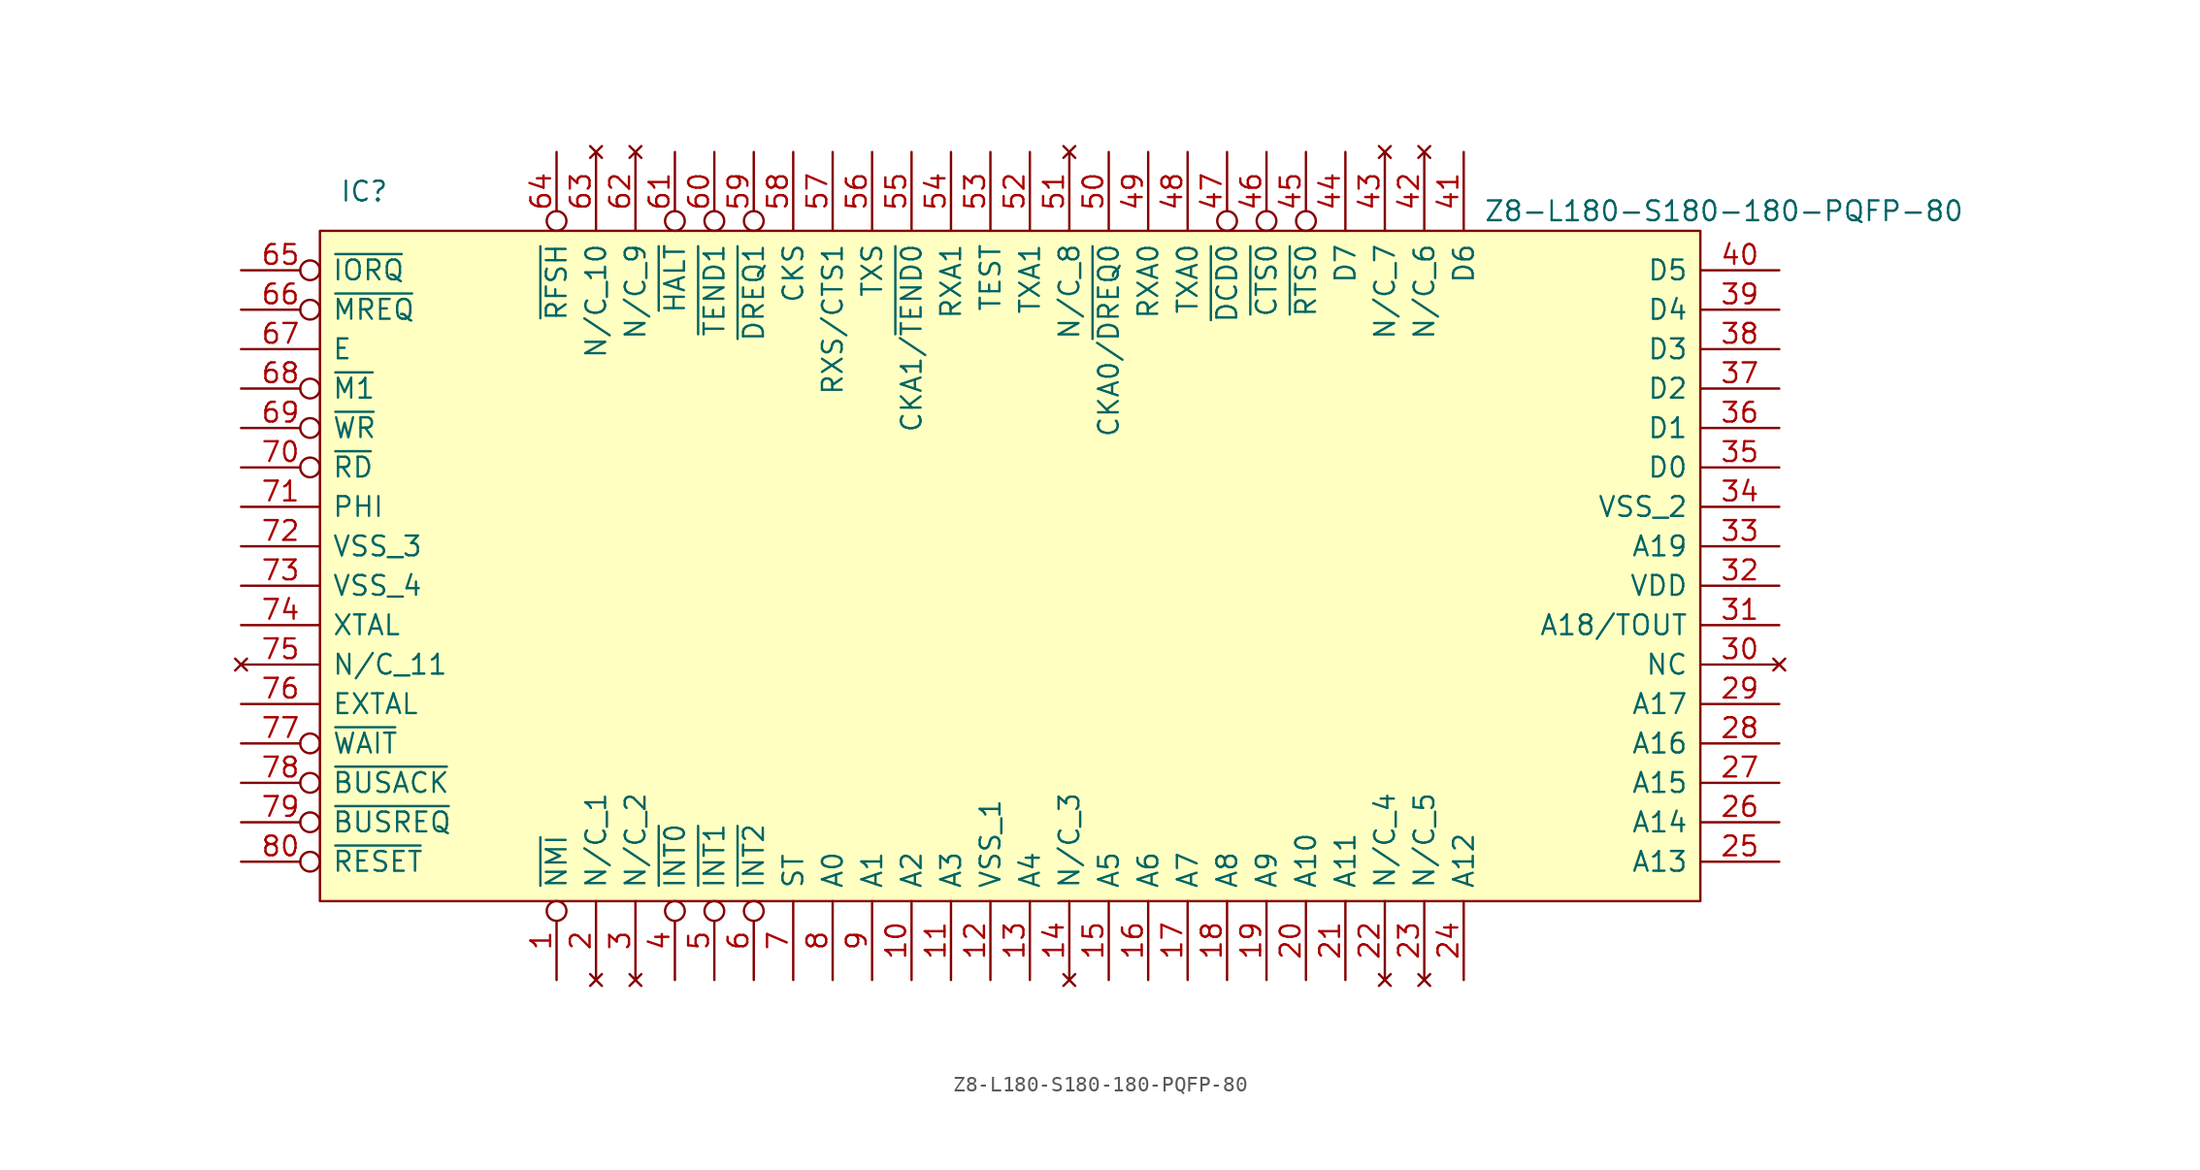
<source format=kicad_sym>
(kicad_symbol_lib
  (version 20211014)
  (generator kicad_symbol_editor)
  (symbol "Z8-L180-S180-180-PQFP-80"
    (pin_names
      (offset 0.762))
    (property "Reference" "IC"
      (at 1.27 2.54 0)
      (effects (font (size 1.27 1.27)) (justify left)))
    (property "Value" "Z8-L180-S180-180-PQFP-80"
      (at 74.93 1.27 0)
      (effects (font (size 1.27 1.27)) (justify left)))
    (symbol "Z8-L180-S180-180-PQFP-80_0_0"
      (pin input inverted (at 15.24 -48.26 90) (length 5.08) (name "~{NMI}" (effects (font (size 1.27 1.27)))) (number "1" (effects (font (size 1.27 1.27)))))
      (pin output line (at 38.1 -48.26 90) (length 5.08) (name "A2" (effects (font (size 1.27 1.27)))) (number "10" (effects (font (size 1.27 1.27)))))
      (pin output line (at 40.64 -48.26 90) (length 5.08) (name "A3" (effects (font (size 1.27 1.27)))) (number "11" (effects (font (size 1.27 1.27)))))
      (pin power_in line (at 43.18 -48.26 90) (length 5.08) (name "VSS_1" (effects (font (size 1.27 1.27)))) (number "12" (effects (font (size 1.27 1.27)))))
      (pin output line (at 45.72 -48.26 90) (length 5.08) (name "A4" (effects (font (size 1.27 1.27)))) (number "13" (effects (font (size 1.27 1.27)))))
      (pin no_connect line (at 48.26 -48.26 90) (length 5.08) (name "N/C_3" (effects (font (size 1.27 1.27)))) (number "14" (effects (font (size 1.27 1.27)))))
      (pin output line (at 50.8 -48.26 90) (length 5.08) (name "A5" (effects (font (size 1.27 1.27)))) (number "15" (effects (font (size 1.27 1.27)))))
      (pin output line (at 53.34 -48.26 90) (length 5.08) (name "A6" (effects (font (size 1.27 1.27)))) (number "16" (effects (font (size 1.27 1.27)))))
      (pin output line (at 55.88 -48.26 90) (length 5.08) (name "A7" (effects (font (size 1.27 1.27)))) (number "17" (effects (font (size 1.27 1.27)))))
      (pin output line (at 58.42 -48.26 90) (length 5.08) (name "A8" (effects (font (size 1.27 1.27)))) (number "18" (effects (font (size 1.27 1.27)))))
      (pin output line (at 60.96 -48.26 90) (length 5.08) (name "A9" (effects (font (size 1.27 1.27)))) (number "19" (effects (font (size 1.27 1.27)))))
      (pin no_connect line (at 17.78 -48.26 90) (length 5.08) (name "N/C_1" (effects (font (size 1.27 1.27)))) (number "2" (effects (font (size 1.27 1.27)))))
      (pin output line (at 63.5 -48.26 90) (length 5.08) (name "A10" (effects (font (size 1.27 1.27)))) (number "20" (effects (font (size 1.27 1.27)))))
      (pin output line (at 66.04 -48.26 90) (length 5.08) (name "A11" (effects (font (size 1.27 1.27)))) (number "21" (effects (font (size 1.27 1.27)))))
      (pin no_connect line (at 68.58 -48.26 90) (length 5.08) (name "N/C_4" (effects (font (size 1.27 1.27)))) (number "22" (effects (font (size 1.27 1.27)))))
      (pin no_connect line (at 71.12 -48.26 90) (length 5.08) (name "N/C_5" (effects (font (size 1.27 1.27)))) (number "23" (effects (font (size 1.27 1.27)))))
      (pin output line (at 73.66 -48.26 90) (length 5.08) (name "A12" (effects (font (size 1.27 1.27)))) (number "24" (effects (font (size 1.27 1.27)))))
      (pin output line (at 93.98 -40.64 180) (length 5.08) (name "A13" (effects (font (size 1.27 1.27)))) (number "25" (effects (font (size 1.27 1.27)))))
      (pin output line (at 93.98 -38.1 180) (length 5.08) (name "A14" (effects (font (size 1.27 1.27)))) (number "26" (effects (font (size 1.27 1.27)))))
      (pin output line (at 93.98 -35.56 180) (length 5.08) (name "A15" (effects (font (size 1.27 1.27)))) (number "27" (effects (font (size 1.27 1.27)))))
      (pin output line (at 93.98 -33.02 180) (length 5.08) (name "A16" (effects (font (size 1.27 1.27)))) (number "28" (effects (font (size 1.27 1.27)))))
      (pin output line (at 93.98 -30.48 180) (length 5.08) (name "A17" (effects (font (size 1.27 1.27)))) (number "29" (effects (font (size 1.27 1.27)))))
      (pin no_connect line (at 20.32 -48.26 90) (length 5.08) (name "N/C_2" (effects (font (size 1.27 1.27)))) (number "3" (effects (font (size 1.27 1.27)))))
      (pin no_connect line (at 93.98 -27.94 180) (length 5.08) (name "NC" (effects (font (size 1.27 1.27)))) (number "30" (effects (font (size 1.27 1.27)))))
      (pin output line (at 93.98 -25.4 180) (length 5.08) (name "A18/TOUT" (effects (font (size 1.27 1.27)))) (number "31" (effects (font (size 1.27 1.27)))))
      (pin power_in line (at 93.98 -22.86 180) (length 5.08) (name "VDD" (effects (font (size 1.27 1.27)))) (number "32" (effects (font (size 1.27 1.27)))))
      (pin output line (at 93.98 -20.32 180) (length 5.08) (name "A19" (effects (font (size 1.27 1.27)))) (number "33" (effects (font (size 1.27 1.27)))))
      (pin power_in line (at 93.98 -17.78 180) (length 5.08) (name "VSS_2" (effects (font (size 1.27 1.27)))) (number "34" (effects (font (size 1.27 1.27)))))
      (pin tri_state line (at 93.98 -15.24 180) (length 5.08) (name "D0" (effects (font (size 1.27 1.27)))) (number "35" (effects (font (size 1.27 1.27)))))
      (pin tri_state line (at 93.98 -12.7 180) (length 5.08) (name "D1" (effects (font (size 1.27 1.27)))) (number "36" (effects (font (size 1.27 1.27)))))
      (pin tri_state line (at 93.98 -10.16 180) (length 5.08) (name "D2" (effects (font (size 1.27 1.27)))) (number "37" (effects (font (size 1.27 1.27)))))
      (pin tri_state line (at 93.98 -7.62 180) (length 5.08) (name "D3" (effects (font (size 1.27 1.27)))) (number "38" (effects (font (size 1.27 1.27)))))
      (pin tri_state line (at 93.98 -5.08 180) (length 5.08) (name "D4" (effects (font (size 1.27 1.27)))) (number "39" (effects (font (size 1.27 1.27)))))
      (pin input inverted (at 22.86 -48.26 90) (length 5.08) (name "~{INT0}" (effects (font (size 1.27 1.27)))) (number "4" (effects (font (size 1.27 1.27)))))
      (pin tri_state line (at 93.98 -2.54 180) (length 5.08) (name "D5" (effects (font (size 1.27 1.27)))) (number "40" (effects (font (size 1.27 1.27)))))
      (pin tri_state line (at 73.66 5.08 270) (length 5.08) (name "D6" (effects (font (size 1.27 1.27)))) (number "41" (effects (font (size 1.27 1.27)))))
      (pin no_connect line (at 71.12 5.08 270) (length 5.08) (name "N/C_6" (effects (font (size 1.27 1.27)))) (number "42" (effects (font (size 1.27 1.27)))))
      (pin no_connect line (at 68.58 5.08 270) (length 5.08) (name "N/C_7" (effects (font (size 1.27 1.27)))) (number "43" (effects (font (size 1.27 1.27)))))
      (pin tri_state line (at 66.04 5.08 270) (length 5.08) (name "D7" (effects (font (size 1.27 1.27)))) (number "44" (effects (font (size 1.27 1.27)))))
      (pin output inverted (at 63.5 5.08 270) (length 5.08) (name "~{RTS0}" (effects (font (size 1.27 1.27)))) (number "45" (effects (font (size 1.27 1.27)))))
      (pin input inverted (at 60.96 5.08 270) (length 5.08) (name "~{CTS0}" (effects (font (size 1.27 1.27)))) (number "46" (effects (font (size 1.27 1.27)))))
      (pin bidirectional inverted (at 58.42 5.08 270) (length 5.08) (name "~{DCD0}" (effects (font (size 1.27 1.27)))) (number "47" (effects (font (size 1.27 1.27)))))
      (pin output line (at 55.88 5.08 270) (length 5.08) (name "TXA0" (effects (font (size 1.27 1.27)))) (number "48" (effects (font (size 1.27 1.27)))))
      (pin input line (at 53.34 5.08 270) (length 5.08) (name "RXA0" (effects (font (size 1.27 1.27)))) (number "49" (effects (font (size 1.27 1.27)))))
      (pin input inverted (at 25.4 -48.26 90) (length 5.08) (name "~{INT1}" (effects (font (size 1.27 1.27)))) (number "5" (effects (font (size 1.27 1.27)))))
      (pin bidirectional line (at 50.8 5.08 270) (length 5.08) (name "CKA0/~{DREQ0}" (effects (font (size 1.27 1.27)))) (number "50" (effects (font (size 1.27 1.27)))))
      (pin no_connect line (at 48.26 5.08 270) (length 5.08) (name "N/C_8" (effects (font (size 1.27 1.27)))) (number "51" (effects (font (size 1.27 1.27)))))
      (pin output line (at 45.72 5.08 270) (length 5.08) (name "TXA1" (effects (font (size 1.27 1.27)))) (number "52" (effects (font (size 1.27 1.27)))))
      (pin output line (at 43.18 5.08 270) (length 5.08) (name "TEST" (effects (font (size 1.27 1.27)))) (number "53" (effects (font (size 1.27 1.27)))))
      (pin input line (at 40.64 5.08 270) (length 5.08) (name "RXA1" (effects (font (size 1.27 1.27)))) (number "54" (effects (font (size 1.27 1.27)))))
      (pin bidirectional line (at 38.1 5.08 270) (length 5.08) (name "CKA1/~{TEND0}" (effects (font (size 1.27 1.27)))) (number "55" (effects (font (size 1.27 1.27)))))
      (pin output line (at 35.56 5.08 270) (length 5.08) (name "TXS" (effects (font (size 1.27 1.27)))) (number "56" (effects (font (size 1.27 1.27)))))
      (pin input line (at 33.02 5.08 270) (length 5.08) (name "RXS/CTS1" (effects (font (size 1.27 1.27)))) (number "57" (effects (font (size 1.27 1.27)))))
      (pin bidirectional line (at 30.48 5.08 270) (length 5.08) (name "CKS" (effects (font (size 1.27 1.27)))) (number "58" (effects (font (size 1.27 1.27)))))
      (pin input inverted (at 27.94 5.08 270) (length 5.08) (name "~{DREQ1}" (effects (font (size 1.27 1.27)))) (number "59" (effects (font (size 1.27 1.27)))))
      (pin input inverted (at 27.94 -48.26 90) (length 5.08) (name "~{INT2}" (effects (font (size 1.27 1.27)))) (number "6" (effects (font (size 1.27 1.27)))))
      (pin output inverted (at 25.4 5.08 270) (length 5.08) (name "~{TEND1}" (effects (font (size 1.27 1.27)))) (number "60" (effects (font (size 1.27 1.27)))))
      (pin output inverted (at 22.86 5.08 270) (length 5.08) (name "~{HALT}" (effects (font (size 1.27 1.27)))) (number "61" (effects (font (size 1.27 1.27)))))
      (pin no_connect line (at 20.32 5.08 270) (length 5.08) (name "N/C_9" (effects (font (size 1.27 1.27)))) (number "62" (effects (font (size 1.27 1.27)))))
      (pin no_connect line (at 17.78 5.08 270) (length 5.08) (name "N/C_10" (effects (font (size 1.27 1.27)))) (number "63" (effects (font (size 1.27 1.27)))))
      (pin output inverted (at 15.24 5.08 270) (length 5.08) (name "~{RFSH}" (effects (font (size 1.27 1.27)))) (number "64" (effects (font (size 1.27 1.27)))))
      (pin output inverted (at -5.08 -2.54 0) (length 5.08) (name "~{IORQ}" (effects (font (size 1.27 1.27)))) (number "65" (effects (font (size 1.27 1.27)))))
      (pin output inverted (at -5.08 -5.08 0) (length 5.08) (name "~{MREQ}" (effects (font (size 1.27 1.27)))) (number "66" (effects (font (size 1.27 1.27)))))
      (pin output line (at -5.08 -7.62 0) (length 5.08) (name "E" (effects (font (size 1.27 1.27)))) (number "67" (effects (font (size 1.27 1.27)))))
      (pin output inverted (at -5.08 -10.16 0) (length 5.08) (name "~{M1}" (effects (font (size 1.27 1.27)))) (number "68" (effects (font (size 1.27 1.27)))))
      (pin output inverted (at -5.08 -12.7 0) (length 5.08) (name "~{WR}" (effects (font (size 1.27 1.27)))) (number "69" (effects (font (size 1.27 1.27)))))
      (pin output line (at 30.48 -48.26 90) (length 5.08) (name "ST" (effects (font (size 1.27 1.27)))) (number "7" (effects (font (size 1.27 1.27)))))
      (pin output inverted (at -5.08 -15.24 0) (length 5.08) (name "~{RD}" (effects (font (size 1.27 1.27)))) (number "70" (effects (font (size 1.27 1.27)))))
      (pin output line (at -5.08 -17.78 0) (length 5.08) (name "PHI" (effects (font (size 1.27 1.27)))) (number "71" (effects (font (size 1.27 1.27)))))
      (pin power_in line (at -5.08 -20.32 0) (length 5.08) (name "VSS_3" (effects (font (size 1.27 1.27)))) (number "72" (effects (font (size 1.27 1.27)))))
      (pin power_in line (at -5.08 -22.86 0) (length 5.08) (name "VSS_4" (effects (font (size 1.27 1.27)))) (number "73" (effects (font (size 1.27 1.27)))))
      (pin input line (at -5.08 -25.4 0) (length 5.08) (name "XTAL" (effects (font (size 1.27 1.27)))) (number "74" (effects (font (size 1.27 1.27)))))
      (pin no_connect line (at -5.08 -27.94 0) (length 5.08) (name "N/C_11" (effects (font (size 1.27 1.27)))) (number "75" (effects (font (size 1.27 1.27)))))
      (pin input line (at -5.08 -30.48 0) (length 5.08) (name "EXTAL" (effects (font (size 1.27 1.27)))) (number "76" (effects (font (size 1.27 1.27)))))
      (pin output inverted (at -5.08 -33.02 0) (length 5.08) (name "~{WAIT}" (effects (font (size 1.27 1.27)))) (number "77" (effects (font (size 1.27 1.27)))))
      (pin output inverted (at -5.08 -35.56 0) (length 5.08) (name "~{BUSACK}" (effects (font (size 1.27 1.27)))) (number "78" (effects (font (size 1.27 1.27)))))
      (pin input inverted (at -5.08 -38.1 0) (length 5.08) (name "~{BUSREQ}" (effects (font (size 1.27 1.27)))) (number "79" (effects (font (size 1.27 1.27)))))
      (pin output line (at 33.02 -48.26 90) (length 5.08) (name "A0" (effects (font (size 1.27 1.27)))) (number "8" (effects (font (size 1.27 1.27)))))
      (pin input inverted (at -5.08 -40.64 0) (length 5.08) (name "~{RESET}" (effects (font (size 1.27 1.27)))) (number "80" (effects (font (size 1.27 1.27)))))
      (pin output line (at 35.56 -48.26 90) (length 5.08) (name "A1" (effects (font (size 1.27 1.27)))) (number "9" (effects (font (size 1.27 1.27))))))
    (symbol "Z8-L180-S180-180-PQFP-80_0_1"
      (polyline (pts (xy 0 -43.18) (xy 0 0) (xy 88.9 0) (xy 88.9 -43.18) (xy 0 -43.18)) (stroke (width 0.152) (type solid)) (fill (type background))))))
</source>
